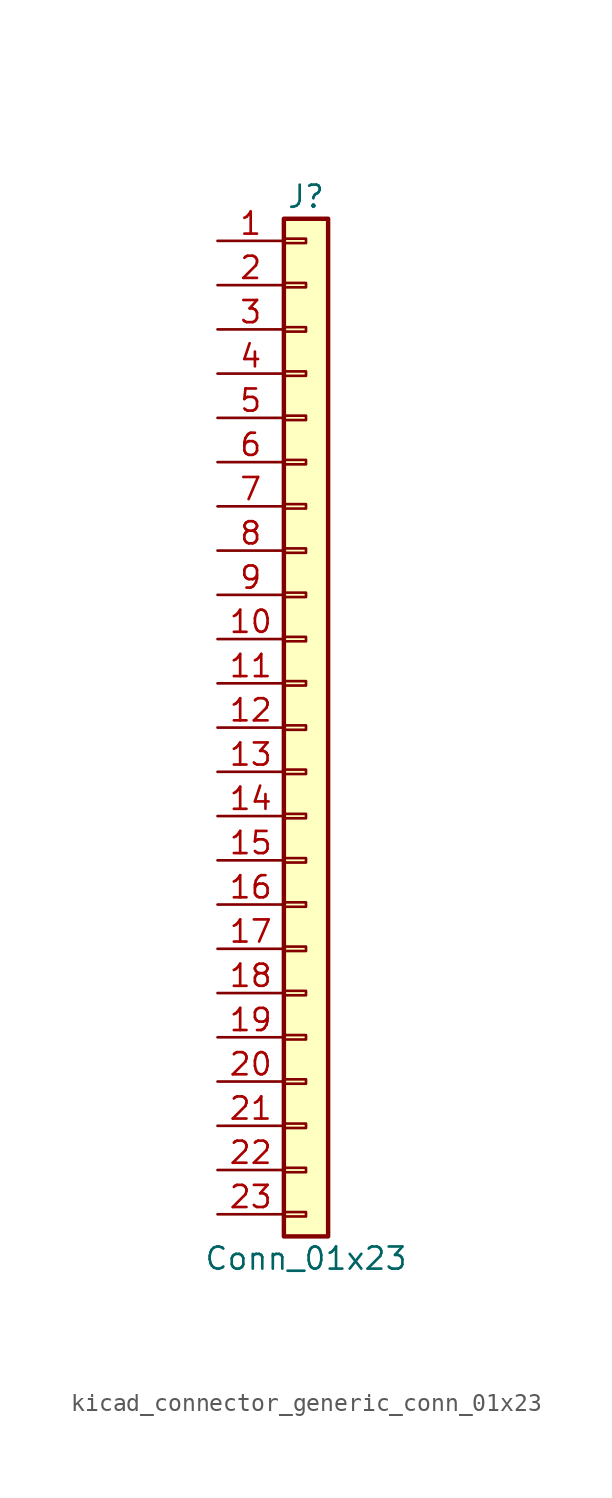
<source format=kicad_sym>
(kicad_symbol_lib
  (version 20220914)
  (generator kicad_symbol_editor)
  (symbol "kicad_connector_generic_conn_01x23"
    (pin_names
      (offset 1.016) hide)
    (property "Reference" "J"
      (at 0 30.48 0)
      (effects (font (size 1.27 1.27))))
    (property "Value" "Conn_01x23"
      (at 0 -30.48 0)
      (effects (font (size 1.27 1.27))))
    (symbol "kicad_connector_generic_conn_01x23_1_1"
      (rectangle (start -1.27 -27.813) (end 0 -28.067) (stroke (width 0.152) (type default)) (fill (type none)))
      (rectangle (start -1.27 -25.273) (end 0 -25.527) (stroke (width 0.152) (type default)) (fill (type none)))
      (rectangle (start -1.27 -22.733) (end 0 -22.987) (stroke (width 0.152) (type default)) (fill (type none)))
      (rectangle (start -1.27 -20.193) (end 0 -20.447) (stroke (width 0.152) (type default)) (fill (type none)))
      (rectangle (start -1.27 -17.653) (end 0 -17.907) (stroke (width 0.152) (type default)) (fill (type none)))
      (rectangle (start -1.27 -15.113) (end 0 -15.367) (stroke (width 0.152) (type default)) (fill (type none)))
      (rectangle (start -1.27 -12.573) (end 0 -12.827) (stroke (width 0.152) (type default)) (fill (type none)))
      (rectangle (start -1.27 -10.033) (end 0 -10.287) (stroke (width 0.152) (type default)) (fill (type none)))
      (rectangle (start -1.27 -7.493) (end 0 -7.747) (stroke (width 0.152) (type default)) (fill (type none)))
      (rectangle (start -1.27 -4.953) (end 0 -5.207) (stroke (width 0.152) (type default)) (fill (type none)))
      (rectangle (start -1.27 -2.413) (end 0 -2.667) (stroke (width 0.152) (type default)) (fill (type none)))
      (rectangle (start -1.27 0.127) (end 0 -0.127) (stroke (width 0.152) (type default)) (fill (type none)))
      (rectangle (start -1.27 2.667) (end 0 2.413) (stroke (width 0.152) (type default)) (fill (type none)))
      (rectangle (start -1.27 5.207) (end 0 4.953) (stroke (width 0.152) (type default)) (fill (type none)))
      (rectangle (start -1.27 7.747) (end 0 7.493) (stroke (width 0.152) (type default)) (fill (type none)))
      (rectangle (start -1.27 10.287) (end 0 10.033) (stroke (width 0.152) (type default)) (fill (type none)))
      (rectangle (start -1.27 12.827) (end 0 12.573) (stroke (width 0.152) (type default)) (fill (type none)))
      (rectangle (start -1.27 15.367) (end 0 15.113) (stroke (width 0.152) (type default)) (fill (type none)))
      (rectangle (start -1.27 17.907) (end 0 17.653) (stroke (width 0.152) (type default)) (fill (type none)))
      (rectangle (start -1.27 20.447) (end 0 20.193) (stroke (width 0.152) (type default)) (fill (type none)))
      (rectangle (start -1.27 22.987) (end 0 22.733) (stroke (width 0.152) (type default)) (fill (type none)))
      (rectangle (start -1.27 25.527) (end 0 25.273) (stroke (width 0.152) (type default)) (fill (type none)))
      (rectangle (start -1.27 28.067) (end 0 27.813) (stroke (width 0.152) (type default)) (fill (type none)))
      (rectangle (start -1.27 29.21) (end 1.27 -29.21) (stroke (width 0.254) (type default)) (fill (type background)))
      (pin passive line (at -5.08 27.94 0) (length 3.81) (name "Pin_1" (effects (font (size 1.27 1.27)))) (number "1" (effects (font (size 1.27 1.27)))))
      (pin passive line (at -5.08 5.08 0) (length 3.81) (name "Pin_10" (effects (font (size 1.27 1.27)))) (number "10" (effects (font (size 1.27 1.27)))))
      (pin passive line (at -5.08 2.54 0) (length 3.81) (name "Pin_11" (effects (font (size 1.27 1.27)))) (number "11" (effects (font (size 1.27 1.27)))))
      (pin passive line (at -5.08 0 0) (length 3.81) (name "Pin_12" (effects (font (size 1.27 1.27)))) (number "12" (effects (font (size 1.27 1.27)))))
      (pin passive line (at -5.08 -2.54 0) (length 3.81) (name "Pin_13" (effects (font (size 1.27 1.27)))) (number "13" (effects (font (size 1.27 1.27)))))
      (pin passive line (at -5.08 -5.08 0) (length 3.81) (name "Pin_14" (effects (font (size 1.27 1.27)))) (number "14" (effects (font (size 1.27 1.27)))))
      (pin passive line (at -5.08 -7.62 0) (length 3.81) (name "Pin_15" (effects (font (size 1.27 1.27)))) (number "15" (effects (font (size 1.27 1.27)))))
      (pin passive line (at -5.08 -10.16 0) (length 3.81) (name "Pin_16" (effects (font (size 1.27 1.27)))) (number "16" (effects (font (size 1.27 1.27)))))
      (pin passive line (at -5.08 -12.7 0) (length 3.81) (name "Pin_17" (effects (font (size 1.27 1.27)))) (number "17" (effects (font (size 1.27 1.27)))))
      (pin passive line (at -5.08 -15.24 0) (length 3.81) (name "Pin_18" (effects (font (size 1.27 1.27)))) (number "18" (effects (font (size 1.27 1.27)))))
      (pin passive line (at -5.08 -17.78 0) (length 3.81) (name "Pin_19" (effects (font (size 1.27 1.27)))) (number "19" (effects (font (size 1.27 1.27)))))
      (pin passive line (at -5.08 25.4 0) (length 3.81) (name "Pin_2" (effects (font (size 1.27 1.27)))) (number "2" (effects (font (size 1.27 1.27)))))
      (pin passive line (at -5.08 -20.32 0) (length 3.81) (name "Pin_20" (effects (font (size 1.27 1.27)))) (number "20" (effects (font (size 1.27 1.27)))))
      (pin passive line (at -5.08 -22.86 0) (length 3.81) (name "Pin_21" (effects (font (size 1.27 1.27)))) (number "21" (effects (font (size 1.27 1.27)))))
      (pin passive line (at -5.08 -25.4 0) (length 3.81) (name "Pin_22" (effects (font (size 1.27 1.27)))) (number "22" (effects (font (size 1.27 1.27)))))
      (pin passive line (at -5.08 -27.94 0) (length 3.81) (name "Pin_23" (effects (font (size 1.27 1.27)))) (number "23" (effects (font (size 1.27 1.27)))))
      (pin passive line (at -5.08 22.86 0) (length 3.81) (name "Pin_3" (effects (font (size 1.27 1.27)))) (number "3" (effects (font (size 1.27 1.27)))))
      (pin passive line (at -5.08 20.32 0) (length 3.81) (name "Pin_4" (effects (font (size 1.27 1.27)))) (number "4" (effects (font (size 1.27 1.27)))))
      (pin passive line (at -5.08 17.78 0) (length 3.81) (name "Pin_5" (effects (font (size 1.27 1.27)))) (number "5" (effects (font (size 1.27 1.27)))))
      (pin passive line (at -5.08 15.24 0) (length 3.81) (name "Pin_6" (effects (font (size 1.27 1.27)))) (number "6" (effects (font (size 1.27 1.27)))))
      (pin passive line (at -5.08 12.7 0) (length 3.81) (name "Pin_7" (effects (font (size 1.27 1.27)))) (number "7" (effects (font (size 1.27 1.27)))))
      (pin passive line (at -5.08 10.16 0) (length 3.81) (name "Pin_8" (effects (font (size 1.27 1.27)))) (number "8" (effects (font (size 1.27 1.27)))))
      (pin passive line (at -5.08 7.62 0) (length 3.81) (name "Pin_9" (effects (font (size 1.27 1.27)))) (number "9" (effects (font (size 1.27 1.27))))))))
</source>
